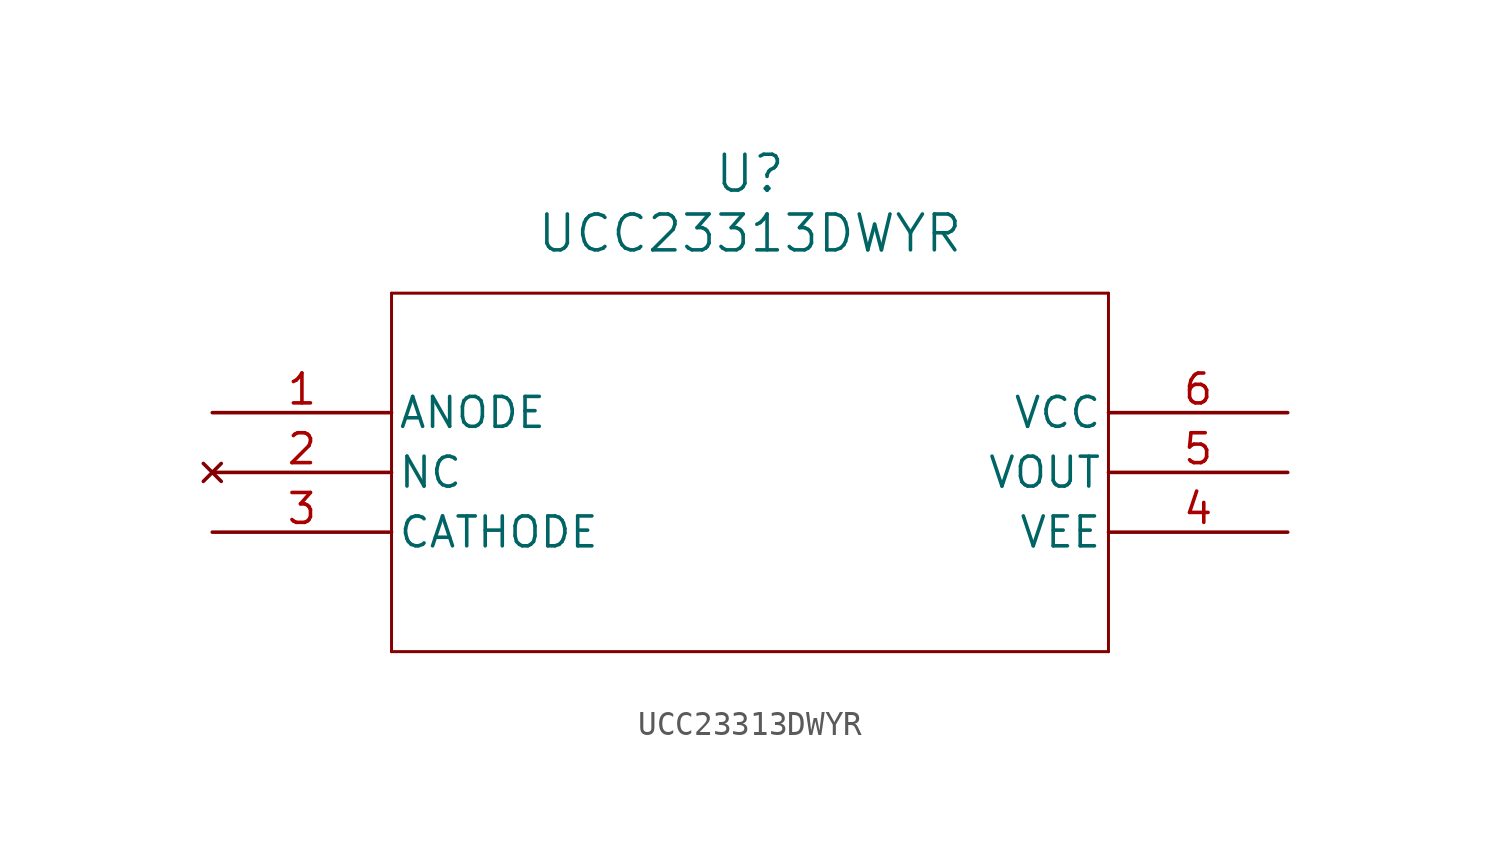
<source format=kicad_sym>
(kicad_symbol_lib
  (version 20211014)
  (generator kicad_symbol_editor)
  (symbol "UCC23313DWYR"
    (pin_names
      (offset 0.254))
    (property "Reference" "U"
      (at 22.86 10.16 0)
      (effects (font (size 1.524 1.524))))
    (property "Value" "UCC23313DWYR"
      (at 22.86 7.62 0)
      (effects (font (size 1.524 1.524))))
    (symbol "UCC23313DWYR_0_1"
      (polyline (pts (xy 7.62 5.08) (xy 7.62 -10.16)) (stroke (width 0.127) (type default) (color 0 0 0 0)) (fill (type none)))
      (polyline (pts (xy 7.62 -10.16) (xy 38.1 -10.16)) (stroke (width 0.127) (type default) (color 0 0 0 0)) (fill (type none)))
      (polyline (pts (xy 38.1 -10.16) (xy 38.1 5.08)) (stroke (width 0.127) (type default) (color 0 0 0 0)) (fill (type none)))
      (polyline (pts (xy 38.1 5.08) (xy 7.62 5.08)) (stroke (width 0.127) (type default) (color 0 0 0 0)) (fill (type none)))
      (pin input line (at 0 0 0) (length 7.62) (name "ANODE" (effects (font (size 1.27 1.27)))) (number "1" (effects (font (size 1.27 1.27)))))
      (pin no_connect line (at 0 -2.54 0) (length 7.62) (name "NC" (effects (font (size 1.27 1.27)))) (number "2" (effects (font (size 1.27 1.27)))))
      (pin input line (at 0 -5.08 0) (length 7.62) (name "CATHODE" (effects (font (size 1.27 1.27)))) (number "3" (effects (font (size 1.27 1.27)))))
      (pin power_in line (at 45.72 -5.08 180) (length 7.62) (name "VEE" (effects (font (size 1.27 1.27)))) (number "4" (effects (font (size 1.27 1.27)))))
      (pin power_in line (at 45.72 -2.54 180) (length 7.62) (name "VOUT" (effects (font (size 1.27 1.27)))) (number "5" (effects (font (size 1.27 1.27)))))
      (pin power_in line (at 45.72 0 180) (length 7.62) (name "VCC" (effects (font (size 1.27 1.27)))) (number "6" (effects (font (size 1.27 1.27))))))))
</source>
